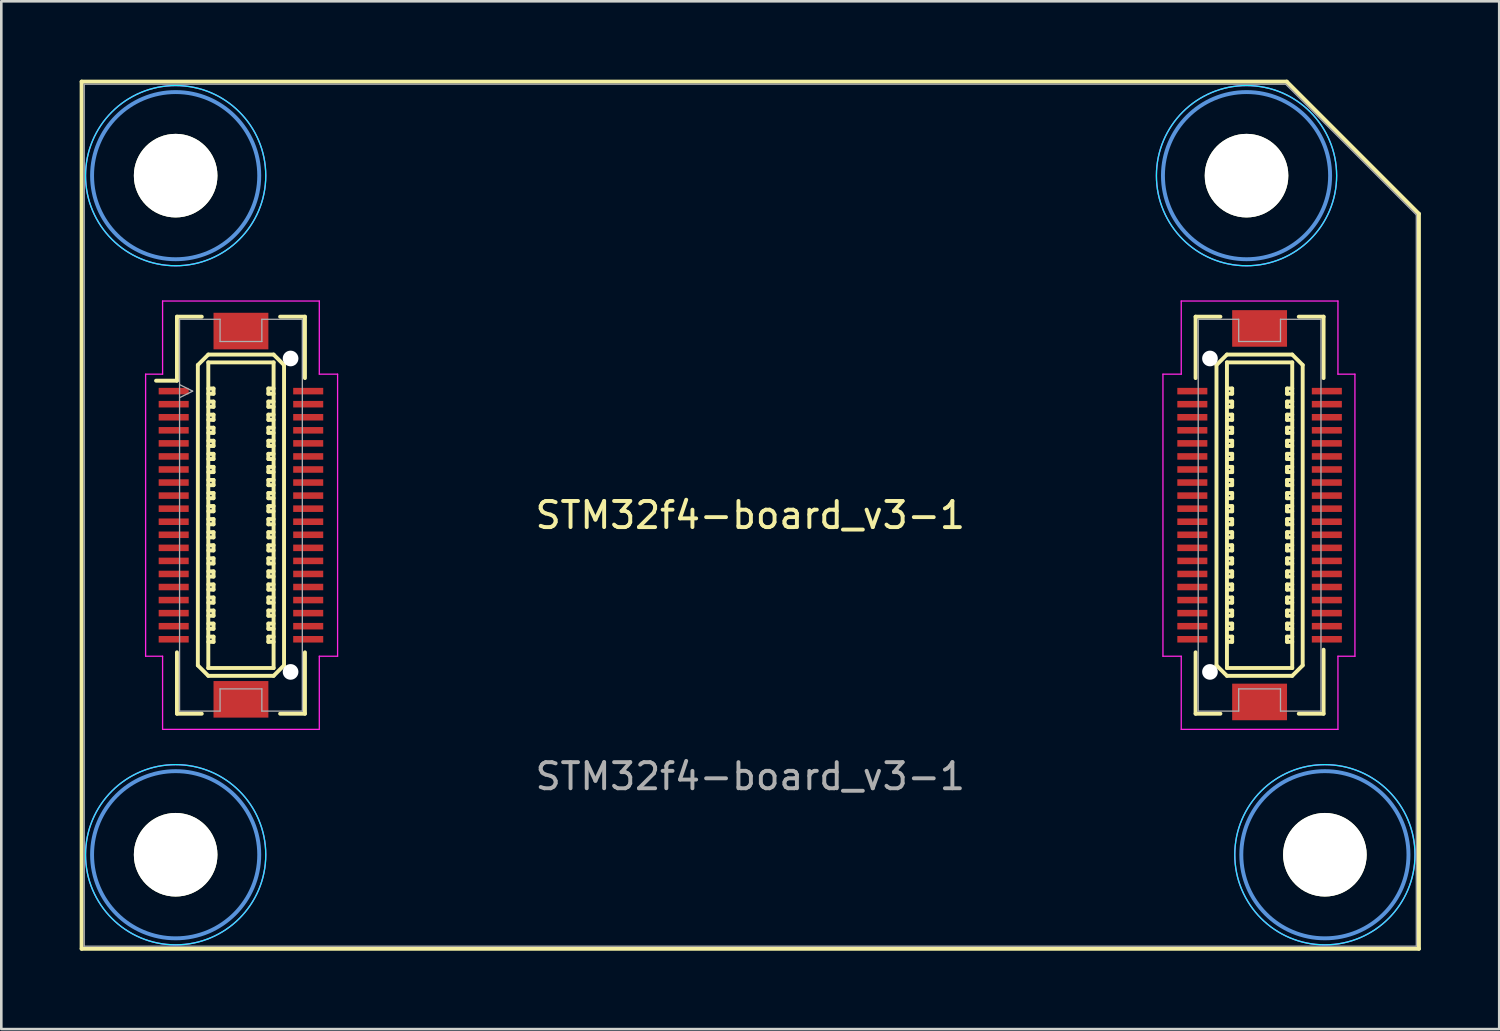
<source format=kicad_pcb>
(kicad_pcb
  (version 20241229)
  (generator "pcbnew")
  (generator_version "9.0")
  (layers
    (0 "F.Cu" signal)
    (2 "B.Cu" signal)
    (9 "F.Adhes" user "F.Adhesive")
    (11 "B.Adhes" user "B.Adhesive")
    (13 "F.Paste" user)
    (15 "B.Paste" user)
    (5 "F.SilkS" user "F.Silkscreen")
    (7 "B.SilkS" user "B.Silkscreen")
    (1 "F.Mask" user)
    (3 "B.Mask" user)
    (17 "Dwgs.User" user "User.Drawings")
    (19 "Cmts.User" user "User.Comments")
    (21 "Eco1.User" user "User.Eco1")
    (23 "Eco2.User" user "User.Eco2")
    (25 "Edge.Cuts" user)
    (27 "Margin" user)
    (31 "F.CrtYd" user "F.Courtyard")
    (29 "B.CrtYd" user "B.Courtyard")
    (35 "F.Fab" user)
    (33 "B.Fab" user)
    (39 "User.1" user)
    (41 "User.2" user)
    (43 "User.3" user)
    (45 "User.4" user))
  (footprint "STM32f4-board_v3-1"
    (layer "F.Cu")
    (at 25.675 16.675)
    (property "Reference" "STM32f4-board_v3-1" (at 0 10 0) (layer "F.Fab") (effects (font (size 1 1) (thickness 0.15))))
    (attr through_hole)
    (fp_line (start -25.6 -16.6) (end 20.54 -16.6) (stroke (width 0.15) (type solid)) (layer "F.SilkS"))
    (fp_line (start -25.6 16.6) (end -25.6 -16.6) (stroke (width 0.15) (type solid)) (layer "F.SilkS"))
    (fp_line (start -21.95 -7.6) (end -21.95 -5.15) (stroke (width 0.15) (type solid)) (layer "F.SilkS"))
    (fp_line (start -21.95 -7.6) (end -21 -7.6) (stroke (width 0.15) (type solid)) (layer "F.SilkS"))
    (fp_line (start -21.95 -5.15) (end -22.75 -5.15) (stroke (width 0.15) (type solid)) (layer "F.SilkS"))
    (fp_line (start -21.95 5.25) (end -21.95 7.6) (stroke (width 0.15) (type solid)) (layer "F.SilkS"))
    (fp_line (start -21.95 7.6) (end -21 7.6) (stroke (width 0.15) (type solid)) (layer "F.SilkS"))
    (fp_line (start -21.15 -5.75) (end -20.75 -6.15) (stroke (width 0.15) (type solid)) (layer "F.SilkS"))
    (fp_line (start -21.15 5.75) (end -21.15 -5.75) (stroke (width 0.15) (type solid)) (layer "F.SilkS"))
    (fp_line (start -20.75 -6.15) (end -18.25 -6.15) (stroke (width 0.15) (type solid)) (layer "F.SilkS"))
    (fp_line (start -20.75 -5.85) (end -18.25 -5.85) (stroke (width 0.15) (type solid)) (layer "F.SilkS"))
    (fp_line (start -20.75 -4.85) (end -20.55 -4.85) (stroke (width 0.15) (type solid)) (layer "F.SilkS"))
    (fp_line (start -20.75 -4.35) (end -20.55 -4.35) (stroke (width 0.15) (type solid)) (layer "F.SilkS"))
    (fp_line (start -20.75 -3.85) (end -20.55 -3.85) (stroke (width 0.15) (type solid)) (layer "F.SilkS"))
    (fp_line (start -20.75 -3.35) (end -20.55 -3.35) (stroke (width 0.15) (type solid)) (layer "F.SilkS"))
    (fp_line (start -20.75 -2.85) (end -20.55 -2.85) (stroke (width 0.15) (type solid)) (layer "F.SilkS"))
    (fp_line (start -20.75 -2.35) (end -20.55 -2.35) (stroke (width 0.15) (type solid)) (layer "F.SilkS"))
    (fp_line (start -20.75 -1.85) (end -20.55 -1.85) (stroke (width 0.15) (type solid)) (layer "F.SilkS"))
    (fp_line (start -20.75 -1.35) (end -20.55 -1.35) (stroke (width 0.15) (type solid)) (layer "F.SilkS"))
    (fp_line (start -20.75 -0.85) (end -20.55 -0.85) (stroke (width 0.15) (type solid)) (layer "F.SilkS"))
    (fp_line (start -20.75 -0.35) (end -20.55 -0.35) (stroke (width 0.15) (type solid)) (layer "F.SilkS"))
    (fp_line (start -20.75 0.15) (end -20.55 0.15) (stroke (width 0.15) (type solid)) (layer "F.SilkS"))
    (fp_line (start -20.75 0.65) (end -20.55 0.65) (stroke (width 0.15) (type solid)) (layer "F.SilkS"))
    (fp_line (start -20.75 1.15) (end -20.55 1.15) (stroke (width 0.15) (type solid)) (layer "F.SilkS"))
    (fp_line (start -20.75 1.65) (end -20.55 1.65) (stroke (width 0.15) (type solid)) (layer "F.SilkS"))
    (fp_line (start -20.75 2.15) (end -20.55 2.15) (stroke (width 0.15) (type solid)) (layer "F.SilkS"))
    (fp_line (start -20.75 2.65) (end -20.55 2.65) (stroke (width 0.15) (type solid)) (layer "F.SilkS"))
    (fp_line (start -20.75 3.15) (end -20.55 3.15) (stroke (width 0.15) (type solid)) (layer "F.SilkS"))
    (fp_line (start -20.75 3.65) (end -20.55 3.65) (stroke (width 0.15) (type solid)) (layer "F.SilkS"))
    (fp_line (start -20.75 4.15) (end -20.55 4.15) (stroke (width 0.15) (type solid)) (layer "F.SilkS"))
    (fp_line (start -20.75 4.65) (end -20.55 4.65) (stroke (width 0.15) (type solid)) (layer "F.SilkS"))
    (fp_line (start -20.75 5.85) (end -20.75 -5.85) (stroke (width 0.15) (type solid)) (layer "F.SilkS"))
    (fp_line (start -20.75 6.15) (end -21.15 5.75) (stroke (width 0.15) (type solid)) (layer "F.SilkS"))
    (fp_line (start -20.55 -4.85) (end -20.55 -4.65) (stroke (width 0.15) (type solid)) (layer "F.SilkS"))
    (fp_line (start -20.55 -4.65) (end -20.75 -4.65) (stroke (width 0.15) (type solid)) (layer "F.SilkS"))
    (fp_line (start -20.55 -4.35) (end -20.55 -4.15) (stroke (width 0.15) (type solid)) (layer "F.SilkS"))
    (fp_line (start -20.55 -4.15) (end -20.75 -4.15) (stroke (width 0.15) (type solid)) (layer "F.SilkS"))
    (fp_line (start -20.55 -3.85) (end -20.55 -3.65) (stroke (width 0.15) (type solid)) (layer "F.SilkS"))
    (fp_line (start -20.55 -3.65) (end -20.75 -3.65) (stroke (width 0.15) (type solid)) (layer "F.SilkS"))
    (fp_line (start -20.55 -3.35) (end -20.55 -3.15) (stroke (width 0.15) (type solid)) (layer "F.SilkS"))
    (fp_line (start -20.55 -3.15) (end -20.75 -3.15) (stroke (width 0.15) (type solid)) (layer "F.SilkS"))
    (fp_line (start -20.55 -2.85) (end -20.55 -2.65) (stroke (width 0.15) (type solid)) (layer "F.SilkS"))
    (fp_line (start -20.55 -2.65) (end -20.75 -2.65) (stroke (width 0.15) (type solid)) (layer "F.SilkS"))
    (fp_line (start -20.55 -2.35) (end -20.55 -2.15) (stroke (width 0.15) (type solid)) (layer "F.SilkS"))
    (fp_line (start -20.55 -2.15) (end -20.75 -2.15) (stroke (width 0.15) (type solid)) (layer "F.SilkS"))
    (fp_line (start -20.55 -1.85) (end -20.55 -1.65) (stroke (width 0.15) (type solid)) (layer "F.SilkS"))
    (fp_line (start -20.55 -1.65) (end -20.75 -1.65) (stroke (width 0.15) (type solid)) (layer "F.SilkS"))
    (fp_line (start -20.55 -1.35) (end -20.55 -1.15) (stroke (width 0.15) (type solid)) (layer "F.SilkS"))
    (fp_line (start -20.55 -1.15) (end -20.75 -1.15) (stroke (width 0.15) (type solid)) (layer "F.SilkS"))
    (fp_line (start -20.55 -0.85) (end -20.55 -0.65) (stroke (width 0.15) (type solid)) (layer "F.SilkS"))
    (fp_line (start -20.55 -0.65) (end -20.75 -0.65) (stroke (width 0.15) (type solid)) (layer "F.SilkS"))
    (fp_line (start -20.55 -0.35) (end -20.55 -0.15) (stroke (width 0.15) (type solid)) (layer "F.SilkS"))
    (fp_line (start -20.55 -0.15) (end -20.75 -0.15) (stroke (width 0.15) (type solid)) (layer "F.SilkS"))
    (fp_line (start -20.55 0.15) (end -20.55 0.35) (stroke (width 0.15) (type solid)) (layer "F.SilkS"))
    (fp_line (start -20.55 0.35) (end -20.75 0.35) (stroke (width 0.15) (type solid)) (layer "F.SilkS"))
    (fp_line (start -20.55 0.65) (end -20.55 0.85) (stroke (width 0.15) (type solid)) (layer "F.SilkS"))
    (fp_line (start -20.55 0.85) (end -20.75 0.85) (stroke (width 0.15) (type solid)) (layer "F.SilkS"))
    (fp_line (start -20.55 1.15) (end -20.55 1.35) (stroke (width 0.15) (type solid)) (layer "F.SilkS"))
    (fp_line (start -20.55 1.35) (end -20.75 1.35) (stroke (width 0.15) (type solid)) (layer "F.SilkS"))
    (fp_line (start -20.55 1.65) (end -20.55 1.85) (stroke (width 0.15) (type solid)) (layer "F.SilkS"))
    (fp_line (start -20.55 1.85) (end -20.75 1.85) (stroke (width 0.15) (type solid)) (layer "F.SilkS"))
    (fp_line (start -20.55 2.15) (end -20.55 2.35) (stroke (width 0.15) (type solid)) (layer "F.SilkS"))
    (fp_line (start -20.55 2.35) (end -20.75 2.35) (stroke (width 0.15) (type solid)) (layer "F.SilkS"))
    (fp_line (start -20.55 2.65) (end -20.55 2.85) (stroke (width 0.15) (type solid)) (layer "F.SilkS"))
    (fp_line (start -20.55 2.85) (end -20.75 2.85) (stroke (width 0.15) (type solid)) (layer "F.SilkS"))
    (fp_line (start -20.55 3.15) (end -20.55 3.35) (stroke (width 0.15) (type solid)) (layer "F.SilkS"))
    (fp_line (start -20.55 3.35) (end -20.75 3.35) (stroke (width 0.15) (type solid)) (layer "F.SilkS"))
    (fp_line (start -20.55 3.65) (end -20.55 3.85) (stroke (width 0.15) (type solid)) (layer "F.SilkS"))
    (fp_line (start -20.55 3.85) (end -20.75 3.85) (stroke (width 0.15) (type solid)) (layer "F.SilkS"))
    (fp_line (start -20.55 4.15) (end -20.55 4.35) (stroke (width 0.15) (type solid)) (layer "F.SilkS"))
    (fp_line (start -20.55 4.35) (end -20.75 4.35) (stroke (width 0.15) (type solid)) (layer "F.SilkS"))
    (fp_line (start -20.55 4.65) (end -20.55 4.85) (stroke (width 0.15) (type solid)) (layer "F.SilkS"))
    (fp_line (start -20.55 4.85) (end -20.75 4.85) (stroke (width 0.15) (type solid)) (layer "F.SilkS"))
    (fp_line (start -18.45 -4.85) (end -18.25 -4.85) (stroke (width 0.15) (type solid)) (layer "F.SilkS"))
    (fp_line (start -18.45 -4.65) (end -18.45 -4.85) (stroke (width 0.15) (type solid)) (layer "F.SilkS"))
    (fp_line (start -18.45 -4.35) (end -18.25 -4.35) (stroke (width 0.15) (type solid)) (layer "F.SilkS"))
    (fp_line (start -18.45 -4.15) (end -18.45 -4.35) (stroke (width 0.15) (type solid)) (layer "F.SilkS"))
    (fp_line (start -18.45 -3.85) (end -18.25 -3.85) (stroke (width 0.15) (type solid)) (layer "F.SilkS"))
    (fp_line (start -18.45 -3.65) (end -18.45 -3.85) (stroke (width 0.15) (type solid)) (layer "F.SilkS"))
    (fp_line (start -18.45 -3.35) (end -18.25 -3.35) (stroke (width 0.15) (type solid)) (layer "F.SilkS"))
    (fp_line (start -18.45 -3.15) (end -18.45 -3.35) (stroke (width 0.15) (type solid)) (layer "F.SilkS"))
    (fp_line (start -18.45 -2.85) (end -18.25 -2.85) (stroke (width 0.15) (type solid)) (layer "F.SilkS"))
    (fp_line (start -18.45 -2.65) (end -18.45 -2.85) (stroke (width 0.15) (type solid)) (layer "F.SilkS"))
    (fp_line (start -18.45 -2.35) (end -18.25 -2.35) (stroke (width 0.15) (type solid)) (layer "F.SilkS"))
    (fp_line (start -18.45 -2.15) (end -18.45 -2.35) (stroke (width 0.15) (type solid)) (layer "F.SilkS"))
    (fp_line (start -18.45 -1.85) (end -18.25 -1.85) (stroke (width 0.15) (type solid)) (layer "F.SilkS"))
    (fp_line (start -18.45 -1.65) (end -18.45 -1.85) (stroke (width 0.15) (type solid)) (layer "F.SilkS"))
    (fp_line (start -18.45 -1.35) (end -18.25 -1.35) (stroke (width 0.15) (type solid)) (layer "F.SilkS"))
    (fp_line (start -18.45 -1.15) (end -18.45 -1.35) (stroke (width 0.15) (type solid)) (layer "F.SilkS"))
    (fp_line (start -18.45 -0.85) (end -18.25 -0.85) (stroke (width 0.15) (type solid)) (layer "F.SilkS"))
    (fp_line (start -18.45 -0.65) (end -18.45 -0.85) (stroke (width 0.15) (type solid)) (layer "F.SilkS"))
    (fp_line (start -18.45 -0.35) (end -18.25 -0.35) (stroke (width 0.15) (type solid)) (layer "F.SilkS"))
    (fp_line (start -18.45 -0.15) (end -18.45 -0.35) (stroke (width 0.15) (type solid)) (layer "F.SilkS"))
    (fp_line (start -18.45 0.15) (end -18.25 0.15) (stroke (width 0.15) (type solid)) (layer "F.SilkS"))
    (fp_line (start -18.45 0.35) (end -18.45 0.15) (stroke (width 0.15) (type solid)) (layer "F.SilkS"))
    (fp_line (start -18.45 0.65) (end -18.25 0.65) (stroke (width 0.15) (type solid)) (layer "F.SilkS"))
    (fp_line (start -18.45 0.85) (end -18.45 0.65) (stroke (width 0.15) (type solid)) (layer "F.SilkS"))
    (fp_line (start -18.45 1.15) (end -18.25 1.15) (stroke (width 0.15) (type solid)) (layer "F.SilkS"))
    (fp_line (start -18.45 1.35) (end -18.45 1.15) (stroke (width 0.15) (type solid)) (layer "F.SilkS"))
    (fp_line (start -18.45 1.65) (end -18.25 1.65) (stroke (width 0.15) (type solid)) (layer "F.SilkS"))
    (fp_line (start -18.45 1.85) (end -18.45 1.65) (stroke (width 0.15) (type solid)) (layer "F.SilkS"))
    (fp_line (start -18.45 2.15) (end -18.25 2.15) (stroke (width 0.15) (type solid)) (layer "F.SilkS"))
    (fp_line (start -18.45 2.35) (end -18.45 2.15) (stroke (width 0.15) (type solid)) (layer "F.SilkS"))
    (fp_line (start -18.45 2.65) (end -18.25 2.65) (stroke (width 0.15) (type solid)) (layer "F.SilkS"))
    (fp_line (start -18.45 2.85) (end -18.45 2.65) (stroke (width 0.15) (type solid)) (layer "F.SilkS"))
    (fp_line (start -18.45 3.15) (end -18.25 3.15) (stroke (width 0.15) (type solid)) (layer "F.SilkS"))
    (fp_line (start -18.45 3.35) (end -18.45 3.15) (stroke (width 0.15) (type solid)) (layer "F.SilkS"))
    (fp_line (start -18.45 3.65) (end -18.25 3.65) (stroke (width 0.15) (type solid)) (layer "F.SilkS"))
    (fp_line (start -18.45 3.85) (end -18.45 3.65) (stroke (width 0.15) (type solid)) (layer "F.SilkS"))
    (fp_line (start -18.45 4.15) (end -18.25 4.15) (stroke (width 0.15) (type solid)) (layer "F.SilkS"))
    (fp_line (start -18.45 4.35) (end -18.45 4.15) (stroke (width 0.15) (type solid)) (layer "F.SilkS"))
    (fp_line (start -18.45 4.65) (end -18.25 4.65) (stroke (width 0.15) (type solid)) (layer "F.SilkS"))
    (fp_line (start -18.45 4.85) (end -18.45 4.65) (stroke (width 0.15) (type solid)) (layer "F.SilkS"))
    (fp_line (start -18.25 -6.15) (end -17.85 -5.75) (stroke (width 0.15) (type solid)) (layer "F.SilkS"))
    (fp_line (start -18.25 -5.85) (end -18.25 5.85) (stroke (width 0.15) (type solid)) (layer "F.SilkS"))
    (fp_line (start -18.25 -4.65) (end -18.45 -4.65) (stroke (width 0.15) (type solid)) (layer "F.SilkS"))
    (fp_line (start -18.25 -4.15) (end -18.45 -4.15) (stroke (width 0.15) (type solid)) (layer "F.SilkS"))
    (fp_line (start -18.25 -3.65) (end -18.45 -3.65) (stroke (width 0.15) (type solid)) (layer "F.SilkS"))
    (fp_line (start -18.25 -3.15) (end -18.45 -3.15) (stroke (width 0.15) (type solid)) (layer "F.SilkS"))
    (fp_line (start -18.25 -2.65) (end -18.45 -2.65) (stroke (width 0.15) (type solid)) (layer "F.SilkS"))
    (fp_line (start -18.25 -2.15) (end -18.45 -2.15) (stroke (width 0.15) (type solid)) (layer "F.SilkS"))
    (fp_line (start -18.25 -1.65) (end -18.45 -1.65) (stroke (width 0.15) (type solid)) (layer "F.SilkS"))
    (fp_line (start -18.25 -1.15) (end -18.45 -1.15) (stroke (width 0.15) (type solid)) (layer "F.SilkS"))
    (fp_line (start -18.25 -0.65) (end -18.45 -0.65) (stroke (width 0.15) (type solid)) (layer "F.SilkS"))
    (fp_line (start -18.25 -0.15) (end -18.45 -0.15) (stroke (width 0.15) (type solid)) (layer "F.SilkS"))
    (fp_line (start -18.25 0.35) (end -18.45 0.35) (stroke (width 0.15) (type solid)) (layer "F.SilkS"))
    (fp_line (start -18.25 0.85) (end -18.45 0.85) (stroke (width 0.15) (type solid)) (layer "F.SilkS"))
    (fp_line (start -18.25 1.35) (end -18.45 1.35) (stroke (width 0.15) (type solid)) (layer "F.SilkS"))
    (fp_line (start -18.25 1.85) (end -18.45 1.85) (stroke (width 0.15) (type solid)) (layer "F.SilkS"))
    (fp_line (start -18.25 2.35) (end -18.45 2.35) (stroke (width 0.15) (type solid)) (layer "F.SilkS"))
    (fp_line (start -18.25 2.85) (end -18.45 2.85) (stroke (width 0.15) (type solid)) (layer "F.SilkS"))
    (fp_line (start -18.25 3.35) (end -18.45 3.35) (stroke (width 0.15) (type solid)) (layer "F.SilkS"))
    (fp_line (start -18.25 3.85) (end -18.45 3.85) (stroke (width 0.15) (type solid)) (layer "F.SilkS"))
    (fp_line (start -18.25 4.35) (end -18.45 4.35) (stroke (width 0.15) (type solid)) (layer "F.SilkS"))
    (fp_line (start -18.25 4.85) (end -18.45 4.85) (stroke (width 0.15) (type solid)) (layer "F.SilkS"))
    (fp_line (start -18.25 5.85) (end -20.75 5.85) (stroke (width 0.15) (type solid)) (layer "F.SilkS"))
    (fp_line (start -18.25 6.15) (end -20.75 6.15) (stroke (width 0.15) (type solid)) (layer "F.SilkS"))
    (fp_line (start -18.25 6.15) (end -17.85 5.75) (stroke (width 0.15) (type solid)) (layer "F.SilkS"))
    (fp_line (start -18 -7.6) (end -17.05 -7.6) (stroke (width 0.15) (type solid)) (layer "F.SilkS"))
    (fp_line (start -17.85 -5.75) (end -17.85 5.75) (stroke (width 0.15) (type solid)) (layer "F.SilkS"))
    (fp_line (start -17.05 -7.6) (end -17.05 -5.25) (stroke (width 0.15) (type solid)) (layer "F.SilkS"))
    (fp_line (start -17.05 5.25) (end -17.05 7.6) (stroke (width 0.15) (type solid)) (layer "F.SilkS"))
    (fp_line (start -17.05 7.6) (end -18 7.6) (stroke (width 0.15) (type solid)) (layer "F.SilkS"))
    (fp_line (start 17.05 -7.6) (end 18 -7.6) (stroke (width 0.15) (type solid)) (layer "F.SilkS"))
    (fp_line (start 17.05 -5.25) (end 17.05 -7.6) (stroke (width 0.15) (type solid)) (layer "F.SilkS"))
    (fp_line (start 17.05 7.6) (end 17.05 5.25) (stroke (width 0.15) (type solid)) (layer "F.SilkS"))
    (fp_line (start 17.85 5.75) (end 17.85 -5.75) (stroke (width 0.15) (type solid)) (layer "F.SilkS"))
    (fp_line (start 18 7.6) (end 17.05 7.6) (stroke (width 0.15) (type solid)) (layer "F.SilkS"))
    (fp_line (start 18.25 -6.15) (end 17.85 -5.75) (stroke (width 0.15) (type solid)) (layer "F.SilkS"))
    (fp_line (start 18.25 -6.15) (end 20.75 -6.15) (stroke (width 0.15) (type solid)) (layer "F.SilkS"))
    (fp_line (start 18.25 -5.85) (end 20.75 -5.85) (stroke (width 0.15) (type solid)) (layer "F.SilkS"))
    (fp_line (start 18.25 -4.85) (end 18.45 -4.85) (stroke (width 0.15) (type solid)) (layer "F.SilkS"))
    (fp_line (start 18.25 -4.35) (end 18.45 -4.35) (stroke (width 0.15) (type solid)) (layer "F.SilkS"))
    (fp_line (start 18.25 -3.85) (end 18.45 -3.85) (stroke (width 0.15) (type solid)) (layer "F.SilkS"))
    (fp_line (start 18.25 -3.35) (end 18.45 -3.35) (stroke (width 0.15) (type solid)) (layer "F.SilkS"))
    (fp_line (start 18.25 -2.85) (end 18.45 -2.85) (stroke (width 0.15) (type solid)) (layer "F.SilkS"))
    (fp_line (start 18.25 -2.35) (end 18.45 -2.35) (stroke (width 0.15) (type solid)) (layer "F.SilkS"))
    (fp_line (start 18.25 -1.85) (end 18.45 -1.85) (stroke (width 0.15) (type solid)) (layer "F.SilkS"))
    (fp_line (start 18.25 -1.35) (end 18.45 -1.35) (stroke (width 0.15) (type solid)) (layer "F.SilkS"))
    (fp_line (start 18.25 -0.85) (end 18.45 -0.85) (stroke (width 0.15) (type solid)) (layer "F.SilkS"))
    (fp_line (start 18.25 -0.35) (end 18.45 -0.35) (stroke (width 0.15) (type solid)) (layer "F.SilkS"))
    (fp_line (start 18.25 0.15) (end 18.45 0.15) (stroke (width 0.15) (type solid)) (layer "F.SilkS"))
    (fp_line (start 18.25 0.65) (end 18.45 0.65) (stroke (width 0.15) (type solid)) (layer "F.SilkS"))
    (fp_line (start 18.25 1.15) (end 18.45 1.15) (stroke (width 0.15) (type solid)) (layer "F.SilkS"))
    (fp_line (start 18.25 1.65) (end 18.45 1.65) (stroke (width 0.15) (type solid)) (layer "F.SilkS"))
    (fp_line (start 18.25 2.15) (end 18.45 2.15) (stroke (width 0.15) (type solid)) (layer "F.SilkS"))
    (fp_line (start 18.25 2.65) (end 18.45 2.65) (stroke (width 0.15) (type solid)) (layer "F.SilkS"))
    (fp_line (start 18.25 3.15) (end 18.45 3.15) (stroke (width 0.15) (type solid)) (layer "F.SilkS"))
    (fp_line (start 18.25 3.65) (end 18.45 3.65) (stroke (width 0.15) (type solid)) (layer "F.SilkS"))
    (fp_line (start 18.25 4.15) (end 18.45 4.15) (stroke (width 0.15) (type solid)) (layer "F.SilkS"))
    (fp_line (start 18.25 4.65) (end 18.45 4.65) (stroke (width 0.15) (type solid)) (layer "F.SilkS"))
    (fp_line (start 18.25 5.85) (end 18.25 -5.85) (stroke (width 0.15) (type solid)) (layer "F.SilkS"))
    (fp_line (start 18.25 6.15) (end 17.85 5.75) (stroke (width 0.15) (type solid)) (layer "F.SilkS"))
    (fp_line (start 18.45 -4.85) (end 18.45 -4.65) (stroke (width 0.15) (type solid)) (layer "F.SilkS"))
    (fp_line (start 18.45 -4.65) (end 18.25 -4.65) (stroke (width 0.15) (type solid)) (layer "F.SilkS"))
    (fp_line (start 18.45 -4.35) (end 18.45 -4.15) (stroke (width 0.15) (type solid)) (layer "F.SilkS"))
    (fp_line (start 18.45 -4.15) (end 18.25 -4.15) (stroke (width 0.15) (type solid)) (layer "F.SilkS"))
    (fp_line (start 18.45 -3.85) (end 18.45 -3.65) (stroke (width 0.15) (type solid)) (layer "F.SilkS"))
    (fp_line (start 18.45 -3.65) (end 18.25 -3.65) (stroke (width 0.15) (type solid)) (layer "F.SilkS"))
    (fp_line (start 18.45 -3.35) (end 18.45 -3.15) (stroke (width 0.15) (type solid)) (layer "F.SilkS"))
    (fp_line (start 18.45 -3.15) (end 18.25 -3.15) (stroke (width 0.15) (type solid)) (layer "F.SilkS"))
    (fp_line (start 18.45 -2.85) (end 18.45 -2.65) (stroke (width 0.15) (type solid)) (layer "F.SilkS"))
    (fp_line (start 18.45 -2.65) (end 18.25 -2.65) (stroke (width 0.15) (type solid)) (layer "F.SilkS"))
    (fp_line (start 18.45 -2.35) (end 18.45 -2.15) (stroke (width 0.15) (type solid)) (layer "F.SilkS"))
    (fp_line (start 18.45 -2.15) (end 18.25 -2.15) (stroke (width 0.15) (type solid)) (layer "F.SilkS"))
    (fp_line (start 18.45 -1.85) (end 18.45 -1.65) (stroke (width 0.15) (type solid)) (layer "F.SilkS"))
    (fp_line (start 18.45 -1.65) (end 18.25 -1.65) (stroke (width 0.15) (type solid)) (layer "F.SilkS"))
    (fp_line (start 18.45 -1.35) (end 18.45 -1.15) (stroke (width 0.15) (type solid)) (layer "F.SilkS"))
    (fp_line (start 18.45 -1.15) (end 18.25 -1.15) (stroke (width 0.15) (type solid)) (layer "F.SilkS"))
    (fp_line (start 18.45 -0.85) (end 18.45 -0.65) (stroke (width 0.15) (type solid)) (layer "F.SilkS"))
    (fp_line (start 18.45 -0.65) (end 18.25 -0.65) (stroke (width 0.15) (type solid)) (layer "F.SilkS"))
    (fp_line (start 18.45 -0.35) (end 18.45 -0.15) (stroke (width 0.15) (type solid)) (layer "F.SilkS"))
    (fp_line (start 18.45 -0.15) (end 18.25 -0.15) (stroke (width 0.15) (type solid)) (layer "F.SilkS"))
    (fp_line (start 18.45 0.15) (end 18.45 0.35) (stroke (width 0.15) (type solid)) (layer "F.SilkS"))
    (fp_line (start 18.45 0.35) (end 18.25 0.35) (stroke (width 0.15) (type solid)) (layer "F.SilkS"))
    (fp_line (start 18.45 0.65) (end 18.45 0.85) (stroke (width 0.15) (type solid)) (layer "F.SilkS"))
    (fp_line (start 18.45 0.85) (end 18.25 0.85) (stroke (width 0.15) (type solid)) (layer "F.SilkS"))
    (fp_line (start 18.45 1.15) (end 18.45 1.35) (stroke (width 0.15) (type solid)) (layer "F.SilkS"))
    (fp_line (start 18.45 1.35) (end 18.25 1.35) (stroke (width 0.15) (type solid)) (layer "F.SilkS"))
    (fp_line (start 18.45 1.65) (end 18.45 1.85) (stroke (width 0.15) (type solid)) (layer "F.SilkS"))
    (fp_line (start 18.45 1.85) (end 18.25 1.85) (stroke (width 0.15) (type solid)) (layer "F.SilkS"))
    (fp_line (start 18.45 2.15) (end 18.45 2.35) (stroke (width 0.15) (type solid)) (layer "F.SilkS"))
    (fp_line (start 18.45 2.35) (end 18.25 2.35) (stroke (width 0.15) (type solid)) (layer "F.SilkS"))
    (fp_line (start 18.45 2.65) (end 18.45 2.85) (stroke (width 0.15) (type solid)) (layer "F.SilkS"))
    (fp_line (start 18.45 2.85) (end 18.25 2.85) (stroke (width 0.15) (type solid)) (layer "F.SilkS"))
    (fp_line (start 18.45 3.15) (end 18.45 3.35) (stroke (width 0.15) (type solid)) (layer "F.SilkS"))
    (fp_line (start 18.45 3.35) (end 18.25 3.35) (stroke (width 0.15) (type solid)) (layer "F.SilkS"))
    (fp_line (start 18.45 3.65) (end 18.45 3.85) (stroke (width 0.15) (type solid)) (layer "F.SilkS"))
    (fp_line (start 18.45 3.85) (end 18.25 3.85) (stroke (width 0.15) (type solid)) (layer "F.SilkS"))
    (fp_line (start 18.45 4.15) (end 18.45 4.35) (stroke (width 0.15) (type solid)) (layer "F.SilkS"))
    (fp_line (start 18.45 4.35) (end 18.25 4.35) (stroke (width 0.15) (type solid)) (layer "F.SilkS"))
    (fp_line (start 18.45 4.65) (end 18.45 4.85) (stroke (width 0.15) (type solid)) (layer "F.SilkS"))
    (fp_line (start 18.45 4.85) (end 18.25 4.85) (stroke (width 0.15) (type solid)) (layer "F.SilkS"))
    (fp_line (start 20.54 -16.6) (end 25.6 -11.54) (stroke (width 0.15) (type solid)) (layer "F.SilkS"))
    (fp_line (start 20.55 -4.85) (end 20.75 -4.85) (stroke (width 0.15) (type solid)) (layer "F.SilkS"))
    (fp_line (start 20.55 -4.65) (end 20.55 -4.85) (stroke (width 0.15) (type solid)) (layer "F.SilkS"))
    (fp_line (start 20.55 -4.35) (end 20.75 -4.35) (stroke (width 0.15) (type solid)) (layer "F.SilkS"))
    (fp_line (start 20.55 -4.15) (end 20.55 -4.35) (stroke (width 0.15) (type solid)) (layer "F.SilkS"))
    (fp_line (start 20.55 -3.85) (end 20.75 -3.85) (stroke (width 0.15) (type solid)) (layer "F.SilkS"))
    (fp_line (start 20.55 -3.65) (end 20.55 -3.85) (stroke (width 0.15) (type solid)) (layer "F.SilkS"))
    (fp_line (start 20.55 -3.35) (end 20.75 -3.35) (stroke (width 0.15) (type solid)) (layer "F.SilkS"))
    (fp_line (start 20.55 -3.15) (end 20.55 -3.35) (stroke (width 0.15) (type solid)) (layer "F.SilkS"))
    (fp_line (start 20.55 -2.85) (end 20.75 -2.85) (stroke (width 0.15) (type solid)) (layer "F.SilkS"))
    (fp_line (start 20.55 -2.65) (end 20.55 -2.85) (stroke (width 0.15) (type solid)) (layer "F.SilkS"))
    (fp_line (start 20.55 -2.35) (end 20.75 -2.35) (stroke (width 0.15) (type solid)) (layer "F.SilkS"))
    (fp_line (start 20.55 -2.15) (end 20.55 -2.35) (stroke (width 0.15) (type solid)) (layer "F.SilkS"))
    (fp_line (start 20.55 -1.85) (end 20.75 -1.85) (stroke (width 0.15) (type solid)) (layer "F.SilkS"))
    (fp_line (start 20.55 -1.65) (end 20.55 -1.85) (stroke (width 0.15) (type solid)) (layer "F.SilkS"))
    (fp_line (start 20.55 -1.35) (end 20.75 -1.35) (stroke (width 0.15) (type solid)) (layer "F.SilkS"))
    (fp_line (start 20.55 -1.15) (end 20.55 -1.35) (stroke (width 0.15) (type solid)) (layer "F.SilkS"))
    (fp_line (start 20.55 -0.85) (end 20.75 -0.85) (stroke (width 0.15) (type solid)) (layer "F.SilkS"))
    (fp_line (start 20.55 -0.65) (end 20.55 -0.85) (stroke (width 0.15) (type solid)) (layer "F.SilkS"))
    (fp_line (start 20.55 -0.35) (end 20.75 -0.35) (stroke (width 0.15) (type solid)) (layer "F.SilkS"))
    (fp_line (start 20.55 -0.15) (end 20.55 -0.35) (stroke (width 0.15) (type solid)) (layer "F.SilkS"))
    (fp_line (start 20.55 0.15) (end 20.75 0.15) (stroke (width 0.15) (type solid)) (layer "F.SilkS"))
    (fp_line (start 20.55 0.35) (end 20.55 0.15) (stroke (width 0.15) (type solid)) (layer "F.SilkS"))
    (fp_line (start 20.55 0.65) (end 20.75 0.65) (stroke (width 0.15) (type solid)) (layer "F.SilkS"))
    (fp_line (start 20.55 0.85) (end 20.55 0.65) (stroke (width 0.15) (type solid)) (layer "F.SilkS"))
    (fp_line (start 20.55 1.15) (end 20.75 1.15) (stroke (width 0.15) (type solid)) (layer "F.SilkS"))
    (fp_line (start 20.55 1.35) (end 20.55 1.15) (stroke (width 0.15) (type solid)) (layer "F.SilkS"))
    (fp_line (start 20.55 1.65) (end 20.75 1.65) (stroke (width 0.15) (type solid)) (layer "F.SilkS"))
    (fp_line (start 20.55 1.85) (end 20.55 1.65) (stroke (width 0.15) (type solid)) (layer "F.SilkS"))
    (fp_line (start 20.55 2.15) (end 20.75 2.15) (stroke (width 0.15) (type solid)) (layer "F.SilkS"))
    (fp_line (start 20.55 2.35) (end 20.55 2.15) (stroke (width 0.15) (type solid)) (layer "F.SilkS"))
    (fp_line (start 20.55 2.65) (end 20.75 2.65) (stroke (width 0.15) (type solid)) (layer "F.SilkS"))
    (fp_line (start 20.55 2.85) (end 20.55 2.65) (stroke (width 0.15) (type solid)) (layer "F.SilkS"))
    (fp_line (start 20.55 3.15) (end 20.75 3.15) (stroke (width 0.15) (type solid)) (layer "F.SilkS"))
    (fp_line (start 20.55 3.35) (end 20.55 3.15) (stroke (width 0.15) (type solid)) (layer "F.SilkS"))
    (fp_line (start 20.55 3.65) (end 20.75 3.65) (stroke (width 0.15) (type solid)) (layer "F.SilkS"))
    (fp_line (start 20.55 3.85) (end 20.55 3.65) (stroke (width 0.15) (type solid)) (layer "F.SilkS"))
    (fp_line (start 20.55 4.15) (end 20.75 4.15) (stroke (width 0.15) (type solid)) (layer "F.SilkS"))
    (fp_line (start 20.55 4.35) (end 20.55 4.15) (stroke (width 0.15) (type solid)) (layer "F.SilkS"))
    (fp_line (start 20.55 4.65) (end 20.75 4.65) (stroke (width 0.15) (type solid)) (layer "F.SilkS"))
    (fp_line (start 20.55 4.85) (end 20.55 4.65) (stroke (width 0.15) (type solid)) (layer "F.SilkS"))
    (fp_line (start 20.75 -6.15) (end 21.15 -5.75) (stroke (width 0.15) (type solid)) (layer "F.SilkS"))
    (fp_line (start 20.75 -5.85) (end 20.75 5.85) (stroke (width 0.15) (type solid)) (layer "F.SilkS"))
    (fp_line (start 20.75 -4.65) (end 20.55 -4.65) (stroke (width 0.15) (type solid)) (layer "F.SilkS"))
    (fp_line (start 20.75 -4.15) (end 20.55 -4.15) (stroke (width 0.15) (type solid)) (layer "F.SilkS"))
    (fp_line (start 20.75 -3.65) (end 20.55 -3.65) (stroke (width 0.15) (type solid)) (layer "F.SilkS"))
    (fp_line (start 20.75 -3.15) (end 20.55 -3.15) (stroke (width 0.15) (type solid)) (layer "F.SilkS"))
    (fp_line (start 20.75 -2.65) (end 20.55 -2.65) (stroke (width 0.15) (type solid)) (layer "F.SilkS"))
    (fp_line (start 20.75 -2.15) (end 20.55 -2.15) (stroke (width 0.15) (type solid)) (layer "F.SilkS"))
    (fp_line (start 20.75 -1.65) (end 20.55 -1.65) (stroke (width 0.15) (type solid)) (layer "F.SilkS"))
    (fp_line (start 20.75 -1.15) (end 20.55 -1.15) (stroke (width 0.15) (type solid)) (layer "F.SilkS"))
    (fp_line (start 20.75 -0.65) (end 20.55 -0.65) (stroke (width 0.15) (type solid)) (layer "F.SilkS"))
    (fp_line (start 20.75 -0.15) (end 20.55 -0.15) (stroke (width 0.15) (type solid)) (layer "F.SilkS"))
    (fp_line (start 20.75 0.35) (end 20.55 0.35) (stroke (width 0.15) (type solid)) (layer "F.SilkS"))
    (fp_line (start 20.75 0.85) (end 20.55 0.85) (stroke (width 0.15) (type solid)) (layer "F.SilkS"))
    (fp_line (start 20.75 1.35) (end 20.55 1.35) (stroke (width 0.15) (type solid)) (layer "F.SilkS"))
    (fp_line (start 20.75 1.85) (end 20.55 1.85) (stroke (width 0.15) (type solid)) (layer "F.SilkS"))
    (fp_line (start 20.75 2.35) (end 20.55 2.35) (stroke (width 0.15) (type solid)) (layer "F.SilkS"))
    (fp_line (start 20.75 2.85) (end 20.55 2.85) (stroke (width 0.15) (type solid)) (layer "F.SilkS"))
    (fp_line (start 20.75 3.35) (end 20.55 3.35) (stroke (width 0.15) (type solid)) (layer "F.SilkS"))
    (fp_line (start 20.75 3.85) (end 20.55 3.85) (stroke (width 0.15) (type solid)) (layer "F.SilkS"))
    (fp_line (start 20.75 4.35) (end 20.55 4.35) (stroke (width 0.15) (type solid)) (layer "F.SilkS"))
    (fp_line (start 20.75 4.85) (end 20.55 4.85) (stroke (width 0.15) (type solid)) (layer "F.SilkS"))
    (fp_line (start 20.75 5.85) (end 18.25 5.85) (stroke (width 0.15) (type solid)) (layer "F.SilkS"))
    (fp_line (start 20.75 6.15) (end 18.25 6.15) (stroke (width 0.15) (type solid)) (layer "F.SilkS"))
    (fp_line (start 21.15 -5.75) (end 21.15 5.75) (stroke (width 0.15) (type solid)) (layer "F.SilkS"))
    (fp_line (start 21.15 5.75) (end 20.75 6.15) (stroke (width 0.15) (type solid)) (layer "F.SilkS"))
    (fp_line (start 21.95 -7.6) (end 21 -7.6) (stroke (width 0.15) (type solid)) (layer "F.SilkS"))
    (fp_line (start 21.95 -5.25) (end 21.95 -7.6) (stroke (width 0.15) (type solid)) (layer "F.SilkS"))
    (fp_line (start 21.95 7.6) (end 21 7.6) (stroke (width 0.15) (type solid)) (layer "F.SilkS"))
    (fp_line (start 21.95 7.6) (end 21.95 5.15) (stroke (width 0.15) (type solid)) (layer "F.SilkS"))
    (fp_line (start 25.6 -11.54) (end 25.6 16.6) (stroke (width 0.15) (type solid)) (layer "F.SilkS"))
    (fp_line (start 25.6 16.6) (end -25.6 16.6) (stroke (width 0.15) (type solid)) (layer "F.SilkS"))
    (fp_circle (center -22 -13) (end -18.8 -13) (stroke (width 0.15) (type solid)) (fill no) (layer "Cmts.User"))
    (fp_circle (center -22 13) (end -18.8 13) (stroke (width 0.15) (type solid)) (fill no) (layer "Cmts.User"))
    (fp_circle (center 19 -13) (end 22.2 -13) (stroke (width 0.15) (type solid)) (fill no) (layer "Cmts.User"))
    (fp_circle (center 22 13) (end 25.2 13) (stroke (width 0.15) (type solid)) (fill no) (layer "Cmts.User"))
    (fp_circle (center -22 -13) (end -18.55 -13) (stroke (width 0.05) (type solid)) (fill no) (layer "B.CrtYd"))
    (fp_circle (center -22 13) (end -18.55 13) (stroke (width 0.05) (type solid)) (fill no) (layer "B.CrtYd"))
    (fp_circle (center 19 -13) (end 22.45 -13) (stroke (width 0.05) (type solid)) (fill no) (layer "B.CrtYd"))
    (fp_circle (center 22 13) (end 25.45 13) (stroke (width 0.05) (type solid)) (fill no) (layer "B.CrtYd"))
    (fp_line (start -23.15 -5.4) (end -23.15 5.4) (stroke (width 0.05) (type solid)) (layer "F.CrtYd"))
    (fp_line (start -22.5 -8.2) (end -22.5 -5.4) (stroke (width 0.05) (type solid)) (layer "F.CrtYd"))
    (fp_line (start -22.5 -5.4) (end -23.15 -5.4) (stroke (width 0.05) (type solid)) (layer "F.CrtYd"))
    (fp_line (start -22.5 5.4) (end -23.15 5.4) (stroke (width 0.05) (type solid)) (layer "F.CrtYd"))
    (fp_line (start -22.5 8.2) (end -22.5 5.4) (stroke (width 0.05) (type solid)) (layer "F.CrtYd"))
    (fp_line (start -22.5 8.2) (end -16.5 8.2) (stroke (width 0.05) (type solid)) (layer "F.CrtYd"))
    (fp_line (start -16.5 -8.2) (end -22.5 -8.2) (stroke (width 0.05) (type solid)) (layer "F.CrtYd"))
    (fp_line (start -16.5 -5.4) (end -16.5 -8.2) (stroke (width 0.05) (type solid)) (layer "F.CrtYd"))
    (fp_line (start -16.5 5.4) (end -15.8 5.4) (stroke (width 0.05) (type solid)) (layer "F.CrtYd"))
    (fp_line (start -16.5 8.2) (end -16.5 5.4) (stroke (width 0.05) (type solid)) (layer "F.CrtYd"))
    (fp_line (start -15.8 -5.4) (end -16.5 -5.4) (stroke (width 0.05) (type solid)) (layer "F.CrtYd"))
    (fp_line (start -15.8 5.4) (end -15.8 -5.4) (stroke (width 0.05) (type solid)) (layer "F.CrtYd"))
    (fp_line (start 15.8 -5.4) (end 15.8 5.4) (stroke (width 0.05) (type solid)) (layer "F.CrtYd"))
    (fp_line (start 15.8 5.4) (end 16.5 5.4) (stroke (width 0.05) (type solid)) (layer "F.CrtYd"))
    (fp_line (start 16.5 -8.2) (end 16.5 -5.4) (stroke (width 0.05) (type solid)) (layer "F.CrtYd"))
    (fp_line (start 16.5 -5.4) (end 15.8 -5.4) (stroke (width 0.05) (type solid)) (layer "F.CrtYd"))
    (fp_line (start 16.5 5.4) (end 16.5 8.2) (stroke (width 0.05) (type solid)) (layer "F.CrtYd"))
    (fp_line (start 16.5 8.2) (end 22.5 8.2) (stroke (width 0.05) (type solid)) (layer "F.CrtYd"))
    (fp_line (start 22.5 -8.2) (end 16.5 -8.2) (stroke (width 0.05) (type solid)) (layer "F.CrtYd"))
    (fp_line (start 22.5 -8.2) (end 22.5 -5.4) (stroke (width 0.05) (type solid)) (layer "F.CrtYd"))
    (fp_line (start 22.5 -5.4) (end 23.15 -5.4) (stroke (width 0.05) (type solid)) (layer "F.CrtYd"))
    (fp_line (start 22.5 5.4) (end 23.15 5.4) (stroke (width 0.05) (type solid)) (layer "F.CrtYd"))
    (fp_line (start 22.5 8.2) (end 22.5 5.4) (stroke (width 0.05) (type solid)) (layer "F.CrtYd"))
    (fp_line (start 23.15 5.4) (end 23.15 -5.4) (stroke (width 0.05) (type solid)) (layer "F.CrtYd"))
    (fp_circle (center -22 -13) (end -18.55 -13) (stroke (width 0.05) (type solid)) (fill no) (layer "F.CrtYd"))
    (fp_circle (center -22 13) (end -18.55 13) (stroke (width 0.05) (type solid)) (fill no) (layer "F.CrtYd"))
    (fp_circle (center 19 -13) (end 22.45 -13) (stroke (width 0.05) (type solid)) (fill no) (layer "F.CrtYd"))
    (fp_circle (center 22 13) (end 25.45 13) (stroke (width 0.05) (type solid)) (fill no) (layer "F.CrtYd"))
    (fp_line (start -25.5 -16.5) (end 20.5 -16.5) (stroke (width 0.05) (type solid)) (layer "F.Fab"))
    (fp_line (start -25.5 16.5) (end -25.5 -16.5) (stroke (width 0.05) (type solid)) (layer "F.Fab"))
    (fp_line (start -21.85 -7.5) (end -21.85 7.5) (stroke (width 0.05) (type solid)) (layer "F.Fab"))
    (fp_line (start -21.85 -7.5) (end -20.3 -7.5) (stroke (width 0.05) (type solid)) (layer "F.Fab"))
    (fp_line (start -21.85 -4.5) (end -21.35 -4.75) (stroke (width 0.05) (type solid)) (layer "F.Fab"))
    (fp_line (start -21.85 7.5) (end -20.3 7.5) (stroke (width 0.05) (type solid)) (layer "F.Fab"))
    (fp_line (start -21.35 -4.75) (end -21.85 -5) (stroke (width 0.05) (type solid)) (layer "F.Fab"))
    (fp_line (start -20.3 -7.5) (end -20.3 -6.65) (stroke (width 0.05) (type solid)) (layer "F.Fab"))
    (fp_line (start -20.3 -6.65) (end -18.7 -6.65) (stroke (width 0.05) (type solid)) (layer "F.Fab"))
    (fp_line (start -20.3 6.65) (end -20.3 7.5) (stroke (width 0.05) (type solid)) (layer "F.Fab"))
    (fp_line (start -20.3 6.65) (end -18.7 6.65) (stroke (width 0.05) (type solid)) (layer "F.Fab"))
    (fp_line (start -18.7 -7.5) (end -17.15 -7.5) (stroke (width 0.05) (type solid)) (layer "F.Fab"))
    (fp_line (start -18.7 -6.65) (end -18.7 -7.5) (stroke (width 0.05) (type solid)) (layer "F.Fab"))
    (fp_line (start -18.7 7.5) (end -18.7 6.65) (stroke (width 0.05) (type solid)) (layer "F.Fab"))
    (fp_line (start -18.7 7.5) (end -17.15 7.5) (stroke (width 0.05) (type solid)) (layer "F.Fab"))
    (fp_line (start -17.15 -7.5) (end -17.15 7.5) (stroke (width 0.05) (type solid)) (layer "F.Fab"))
    (fp_line (start 17.15 7.5) (end 17.15 -7.5) (stroke (width 0.05) (type solid)) (layer "F.Fab"))
    (fp_line (start 18.7 -7.5) (end 17.15 -7.5) (stroke (width 0.05) (type solid)) (layer "F.Fab"))
    (fp_line (start 18.7 -7.5) (end 18.7 -6.65) (stroke (width 0.05) (type solid)) (layer "F.Fab"))
    (fp_line (start 18.7 6.65) (end 18.7 7.5) (stroke (width 0.05) (type solid)) (layer "F.Fab"))
    (fp_line (start 18.7 7.5) (end 17.15 7.5) (stroke (width 0.05) (type solid)) (layer "F.Fab"))
    (fp_line (start 20.3 -6.65) (end 18.7 -6.65) (stroke (width 0.05) (type solid)) (layer "F.Fab"))
    (fp_line (start 20.3 -6.65) (end 20.3 -7.5) (stroke (width 0.05) (type solid)) (layer "F.Fab"))
    (fp_line (start 20.3 6.65) (end 18.7 6.65) (stroke (width 0.05) (type solid)) (layer "F.Fab"))
    (fp_line (start 20.3 7.5) (end 20.3 6.65) (stroke (width 0.05) (type solid)) (layer "F.Fab"))
    (fp_line (start 20.5 -16.5) (end 25.5 -11.5) (stroke (width 0.05) (type solid)) (layer "F.Fab"))
    (fp_line (start 21.85 -7.5) (end 20.3 -7.5) (stroke (width 0.05) (type solid)) (layer "F.Fab"))
    (fp_line (start 21.85 7.5) (end 20.3 7.5) (stroke (width 0.05) (type solid)) (layer "F.Fab"))
    (fp_line (start 21.85 7.5) (end 21.85 -7.5) (stroke (width 0.05) (type solid)) (layer "F.Fab"))
    (fp_line (start 25.5 -11.5) (end 25.5 16.5) (stroke (width 0.05) (type solid)) (layer "F.Fab"))
    (fp_line (start 25.5 16.5) (end -25.5 16.5) (stroke (width 0.05) (type solid)) (layer "F.Fab"))
    (fp_text user "${REFERENCE}" (at 0 0 0) (layer "F.SilkS") (effects (font (size 1 1) (thickness 0.15))))
    (pad "" np_thru_hole circle (at -22 -13) (size 3.2 3.2) (drill 3.2) (layers "*.Cu" "*.Mask" "F.SilkS"))
    (pad "" np_thru_hole circle (at -22 13) (size 3.2 3.2) (drill 3.2) (layers "*.Cu" "*.Mask" "F.SilkS"))
    (pad "" smd rect (at -19.5 -7.05) (size 2.1 1.4) (layers "F.Cu" "F.Mask" "F.Paste"))
    (pad "" smd rect (at -19.5 7.05) (size 2.1 1.4) (layers "F.Cu" "F.Mask" "F.Paste"))
    (pad "" np_thru_hole circle (at -17.6 -6) (size 0.6 0.6) (drill 0.6) (layers "*.Cu"))
    (pad "" np_thru_hole circle (at -17.6 6) (size 0.6 0.6) (drill 0.6) (layers "*.Cu"))
    (pad "" np_thru_hole circle (at 17.6 -6 180) (size 0.6 0.6) (drill 0.6) (layers "*.Cu"))
    (pad "" np_thru_hole circle (at 17.6 6 180) (size 0.6 0.6) (drill 0.6) (layers "*.Cu"))
    (pad "" np_thru_hole circle (at 19 -13) (size 3.2 3.2) (drill 3.2) (layers "*.Cu" "*.Mask" "F.SilkS"))
    (pad "" smd rect (at 19.5 -7.15 180) (size 2.1 1.4) (layers "F.Cu" "F.Mask" "F.Paste"))
    (pad "" smd rect (at 19.5 7.15 180) (size 2.1 1.4) (layers "F.Cu" "F.Mask" "F.Paste"))
    (pad "" np_thru_hole circle (at 22 13) (size 3.2 3.2) (drill 3.2) (layers "*.Cu" "*.Mask" "F.SilkS"))
    (pad "1" smd rect (at -22.075 -4.75) (size 1.15 0.25) (layers "F.Cu" "F.Mask" "F.Paste"))
    (pad "2" smd rect (at -22.075 -4.25) (size 1.15 0.25) (layers "F.Cu" "F.Mask" "F.Paste"))
    (pad "3" smd rect (at -22.075 -3.75) (size 1.15 0.25) (layers "F.Cu" "F.Mask" "F.Paste"))
    (pad "4" smd rect (at -22.075 -3.25) (size 1.15 0.25) (layers "F.Cu" "F.Mask" "F.Paste"))
    (pad "5" smd rect (at -22.075 -2.75) (size 1.15 0.25) (layers "F.Cu" "F.Mask" "F.Paste"))
    (pad "6" smd rect (at -22.075 -2.25) (size 1.15 0.25) (layers "F.Cu" "F.Mask" "F.Paste"))
    (pad "7" smd rect (at -22.075 -1.75) (size 1.15 0.25) (layers "F.Cu" "F.Mask" "F.Paste"))
    (pad "8" smd rect (at -22.075 -1.25) (size 1.15 0.25) (layers "F.Cu" "F.Mask" "F.Paste"))
    (pad "9" smd rect (at -22.075 -0.75) (size 1.15 0.25) (layers "F.Cu" "F.Mask" "F.Paste"))
    (pad "10" smd rect (at -22.075 -0.25) (size 1.15 0.25) (layers "F.Cu" "F.Mask" "F.Paste"))
    (pad "11" smd rect (at -22.075 0.25) (size 1.15 0.25) (layers "F.Cu" "F.Mask" "F.Paste"))
    (pad "12" smd rect (at -22.075 0.75) (size 1.15 0.25) (layers "F.Cu" "F.Mask" "F.Paste"))
    (pad "13" smd rect (at -22.075 1.25) (size 1.15 0.25) (layers "F.Cu" "F.Mask" "F.Paste"))
    (pad "14" smd rect (at -22.075 1.75) (size 1.15 0.25) (layers "F.Cu" "F.Mask" "F.Paste"))
    (pad "15" smd rect (at -22.075 2.25) (size 1.15 0.25) (layers "F.Cu" "F.Mask" "F.Paste"))
    (pad "16" smd rect (at -22.075 2.75) (size 1.15 0.25) (layers "F.Cu" "F.Mask" "F.Paste"))
    (pad "17" smd rect (at -22.075 3.25) (size 1.15 0.25) (layers "F.Cu" "F.Mask" "F.Paste"))
    (pad "18" smd rect (at -22.075 3.75) (size 1.15 0.25) (layers "F.Cu" "F.Mask" "F.Paste"))
    (pad "19" smd rect (at -22.075 4.25) (size 1.15 0.25) (layers "F.Cu" "F.Mask" "F.Paste"))
    (pad "20" smd rect (at -22.075 4.75) (size 1.15 0.25) (layers "F.Cu" "F.Mask" "F.Paste"))
    (pad "21" smd rect (at -16.925 4.75) (size 1.15 0.25) (layers "F.Cu" "F.Mask" "F.Paste"))
    (pad "22" smd rect (at -16.925 4.25) (size 1.15 0.25) (layers "F.Cu" "F.Mask" "F.Paste"))
    (pad "23" smd rect (at -16.925 3.75) (size 1.15 0.25) (layers "F.Cu" "F.Mask" "F.Paste"))
    (pad "24" smd rect (at -16.925 3.25) (size 1.15 0.25) (layers "F.Cu" "F.Mask" "F.Paste"))
    (pad "25" smd rect (at -16.925 2.75) (size 1.15 0.25) (layers "F.Cu" "F.Mask" "F.Paste"))
    (pad "26" smd rect (at -16.925 2.25) (size 1.15 0.25) (layers "F.Cu" "F.Mask" "F.Paste"))
    (pad "27" smd rect (at -16.925 1.75) (size 1.15 0.25) (layers "F.Cu" "F.Mask" "F.Paste"))
    (pad "28" smd rect (at -16.925 1.25) (size 1.15 0.25) (layers "F.Cu" "F.Mask" "F.Paste"))
    (pad "29" smd rect (at -16.925 0.75) (size 1.15 0.25) (layers "F.Cu" "F.Mask" "F.Paste"))
    (pad "30" smd rect (at -16.925 0.25) (size 1.15 0.25) (layers "F.Cu" "F.Mask" "F.Paste"))
    (pad "31" smd rect (at -16.925 -0.25) (size 1.15 0.25) (layers "F.Cu" "F.Mask" "F.Paste"))
    (pad "32" smd rect (at -16.925 -0.75) (size 1.15 0.25) (layers "F.Cu" "F.Mask" "F.Paste"))
    (pad "33" smd rect (at -16.925 -1.25) (size 1.15 0.25) (layers "F.Cu" "F.Mask" "F.Paste"))
    (pad "34" smd rect (at -16.925 -1.75) (size 1.15 0.25) (layers "F.Cu" "F.Mask" "F.Paste"))
    (pad "35" smd rect (at -16.925 -2.25) (size 1.15 0.25) (layers "F.Cu" "F.Mask" "F.Paste"))
    (pad "36" smd rect (at -16.925 -2.75) (size 1.15 0.25) (layers "F.Cu" "F.Mask" "F.Paste"))
    (pad "37" smd rect (at -16.925 -3.25) (size 1.15 0.25) (layers "F.Cu" "F.Mask" "F.Paste"))
    (pad "38" smd rect (at -16.925 -3.75) (size 1.15 0.25) (layers "F.Cu" "F.Mask" "F.Paste"))
    (pad "39" smd rect (at -16.925 -4.25) (size 1.15 0.25) (layers "F.Cu" "F.Mask" "F.Paste"))
    (pad "40" smd rect (at -16.925 -4.75) (size 1.15 0.25) (layers "F.Cu" "F.Mask" "F.Paste"))
    (pad "41" smd rect (at 16.925 -4.75 180) (size 1.15 0.25) (layers "F.Cu" "F.Mask" "F.Paste"))
    (pad "42" smd rect (at 16.925 -4.25 180) (size 1.15 0.25) (layers "F.Cu" "F.Mask" "F.Paste"))
    (pad "43" smd rect (at 16.925 -3.75 180) (size 1.15 0.25) (layers "F.Cu" "F.Mask" "F.Paste"))
    (pad "44" smd rect (at 16.925 -3.25 180) (size 1.15 0.25) (layers "F.Cu" "F.Mask" "F.Paste"))
    (pad "45" smd rect (at 16.925 -2.75 180) (size 1.15 0.25) (layers "F.Cu" "F.Mask" "F.Paste"))
    (pad "46" smd rect (at 16.925 -2.25 180) (size 1.15 0.25) (layers "F.Cu" "F.Mask" "F.Paste"))
    (pad "47" smd rect (at 16.925 -1.75 180) (size 1.15 0.25) (layers "F.Cu" "F.Mask" "F.Paste"))
    (pad "48" smd rect (at 16.925 -1.25 180) (size 1.15 0.25) (layers "F.Cu" "F.Mask" "F.Paste"))
    (pad "49" smd rect (at 16.925 -0.75 180) (size 1.15 0.25) (layers "F.Cu" "F.Mask" "F.Paste"))
    (pad "50" smd rect (at 16.925 -0.25 180) (size 1.15 0.25) (layers "F.Cu" "F.Mask" "F.Paste"))
    (pad "51" smd rect (at 16.925 0.25 180) (size 1.15 0.25) (layers "F.Cu" "F.Mask" "F.Paste"))
    (pad "52" smd rect (at 16.925 0.75 180) (size 1.15 0.25) (layers "F.Cu" "F.Mask" "F.Paste"))
    (pad "53" smd rect (at 16.925 1.25 180) (size 1.15 0.25) (layers "F.Cu" "F.Mask" "F.Paste"))
    (pad "54" smd rect (at 16.925 1.75 180) (size 1.15 0.25) (layers "F.Cu" "F.Mask" "F.Paste"))
    (pad "55" smd rect (at 16.925 2.25 180) (size 1.15 0.25) (layers "F.Cu" "F.Mask" "F.Paste"))
    (pad "56" smd rect (at 16.925 2.75 180) (size 1.15 0.25) (layers "F.Cu" "F.Mask" "F.Paste"))
    (pad "57" smd rect (at 16.925 3.25 180) (size 1.15 0.25) (layers "F.Cu" "F.Mask" "F.Paste"))
    (pad "58" smd rect (at 16.925 3.75 180) (size 1.15 0.25) (layers "F.Cu" "F.Mask" "F.Paste"))
    (pad "59" smd rect (at 16.925 4.25 180) (size 1.15 0.25) (layers "F.Cu" "F.Mask" "F.Paste"))
    (pad "60" smd rect (at 16.925 4.75 180) (size 1.15 0.25) (layers "F.Cu" "F.Mask" "F.Paste"))
    (pad "61" smd rect (at 22.075 4.75 180) (size 1.15 0.25) (layers "F.Cu" "F.Mask" "F.Paste"))
    (pad "62" smd rect (at 22.075 4.25 180) (size 1.15 0.25) (layers "F.Cu" "F.Mask" "F.Paste"))
    (pad "63" smd rect (at 22.075 3.75 180) (size 1.15 0.25) (layers "F.Cu" "F.Mask" "F.Paste"))
    (pad "64" smd rect (at 22.075 3.25 180) (size 1.15 0.25) (layers "F.Cu" "F.Mask" "F.Paste"))
    (pad "65" smd rect (at 22.075 2.75 180) (size 1.15 0.25) (layers "F.Cu" "F.Mask" "F.Paste"))
    (pad "66" smd rect (at 22.075 2.25 180) (size 1.15 0.25) (layers "F.Cu" "F.Mask" "F.Paste"))
    (pad "67" smd rect (at 22.075 1.75 180) (size 1.15 0.25) (layers "F.Cu" "F.Mask" "F.Paste"))
    (pad "68" smd rect (at 22.075 1.25 180) (size 1.15 0.25) (layers "F.Cu" "F.Mask" "F.Paste"))
    (pad "69" smd rect (at 22.075 0.75 180) (size 1.15 0.25) (layers "F.Cu" "F.Mask" "F.Paste"))
    (pad "70" smd rect (at 22.075 0.25 180) (size 1.15 0.25) (layers "F.Cu" "F.Mask" "F.Paste"))
    (pad "71" smd rect (at 22.075 -0.25 180) (size 1.15 0.25) (layers "F.Cu" "F.Mask" "F.Paste"))
    (pad "72" smd rect (at 22.075 -0.75 180) (size 1.15 0.25) (layers "F.Cu" "F.Mask" "F.Paste"))
    (pad "73" smd rect (at 22.075 -1.25 180) (size 1.15 0.25) (layers "F.Cu" "F.Mask" "F.Paste"))
    (pad "74" smd rect (at 22.075 -1.75 180) (size 1.15 0.25) (layers "F.Cu" "F.Mask" "F.Paste"))
    (pad "75" smd rect (at 22.075 -2.25 180) (size 1.15 0.25) (layers "F.Cu" "F.Mask" "F.Paste"))
    (pad "76" smd rect (at 22.075 -2.75 180) (size 1.15 0.25) (layers "F.Cu" "F.Mask" "F.Paste"))
    (pad "77" smd rect (at 22.075 -3.25 180) (size 1.15 0.25) (layers "F.Cu" "F.Mask" "F.Paste"))
    (pad "78" smd rect (at 22.075 -3.75 180) (size 1.15 0.25) (layers "F.Cu" "F.Mask" "F.Paste"))
    (pad "79" smd rect (at 22.075 -4.25 180) (size 1.15 0.25) (layers "F.Cu" "F.Mask" "F.Paste"))
    (pad "80" smd rect (at 22.075 -4.75 180) (size 1.15 0.25) (layers "F.Cu" "F.Mask" "F.Paste")))
  (gr_rect
    (start -3 -3)
    (end 54.35 36.35)
    (stroke (width 0.1) (type default))
    (fill no)
    (layer "Edge.Cuts")))
</source>
